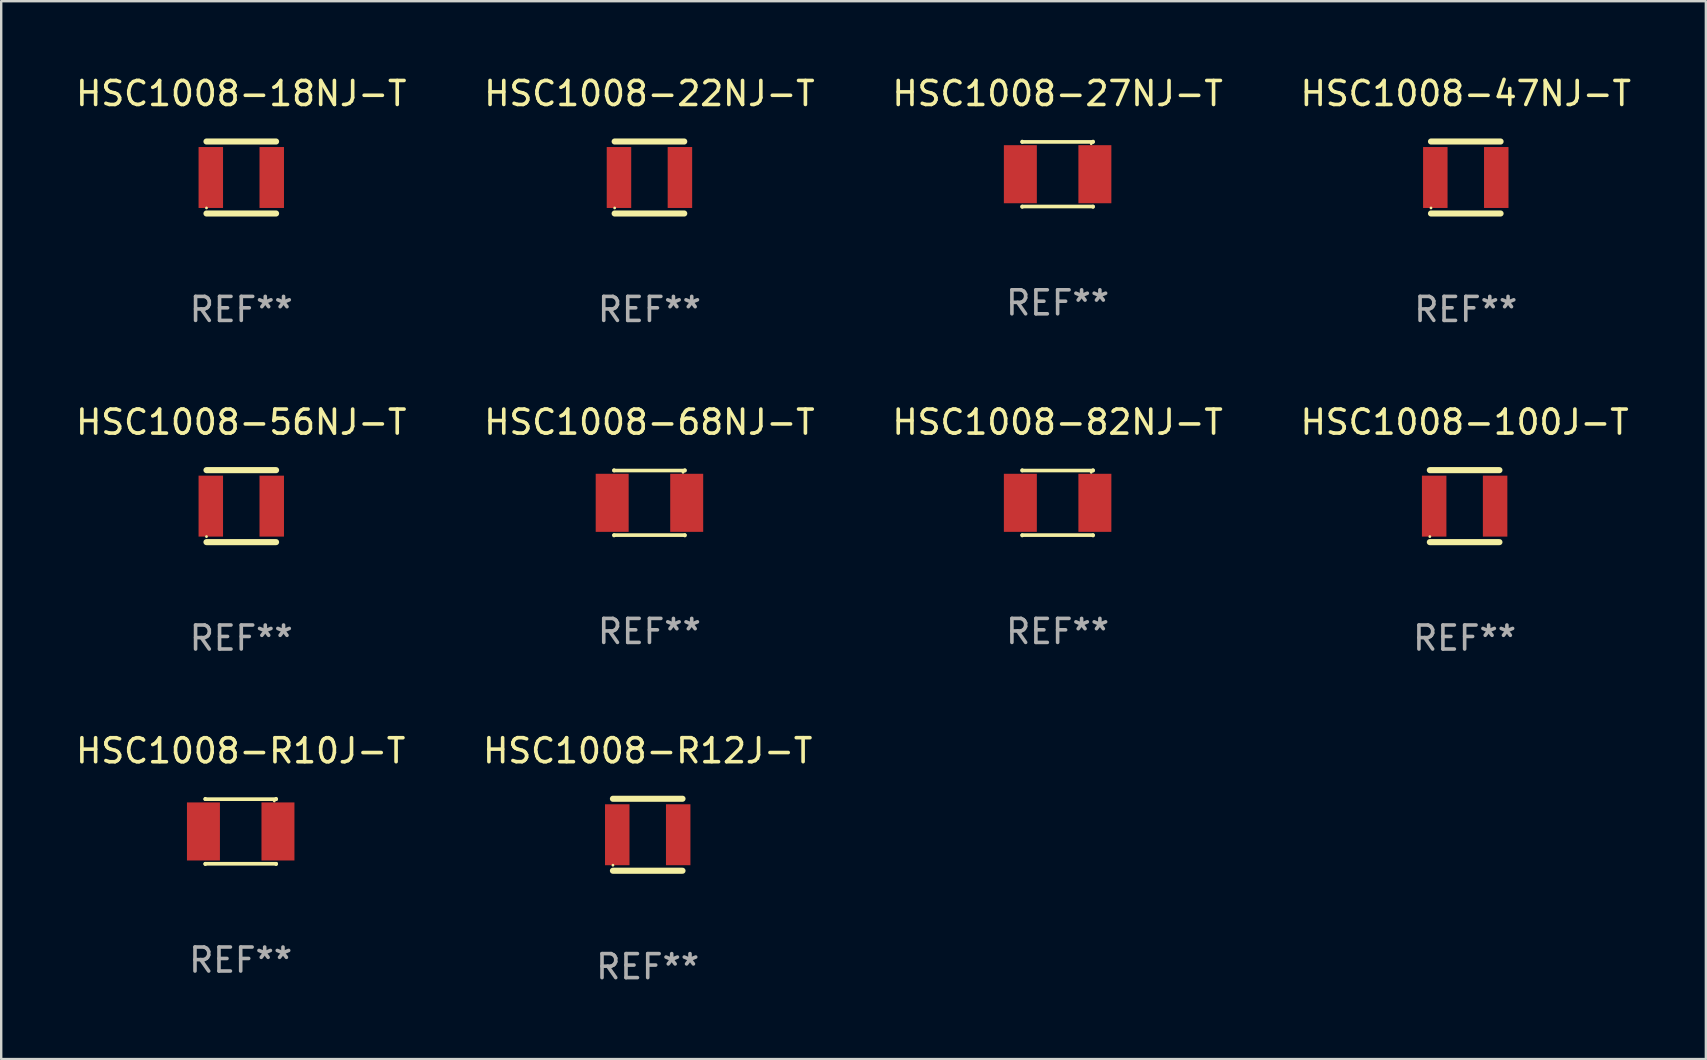
<source format=kicad_pcb>
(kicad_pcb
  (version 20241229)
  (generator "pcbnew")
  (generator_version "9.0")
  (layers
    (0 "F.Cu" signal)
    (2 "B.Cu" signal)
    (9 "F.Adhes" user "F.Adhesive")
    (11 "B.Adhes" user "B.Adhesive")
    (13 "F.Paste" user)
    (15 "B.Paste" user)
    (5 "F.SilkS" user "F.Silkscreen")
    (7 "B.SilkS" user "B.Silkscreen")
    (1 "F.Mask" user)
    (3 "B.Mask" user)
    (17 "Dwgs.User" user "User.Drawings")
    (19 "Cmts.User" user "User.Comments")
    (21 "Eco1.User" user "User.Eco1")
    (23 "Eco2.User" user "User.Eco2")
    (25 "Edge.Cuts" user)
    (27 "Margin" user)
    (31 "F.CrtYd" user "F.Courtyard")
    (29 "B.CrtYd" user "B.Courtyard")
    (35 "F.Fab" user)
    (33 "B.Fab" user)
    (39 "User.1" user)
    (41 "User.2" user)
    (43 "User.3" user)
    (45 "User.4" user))
  (footprint "HSC1008-27NJ-T"
    (layer "F.Cu")
    (at 41.03 4.211)
    (property "Reference" "HSC1008-27NJ-T" (at 0 -3.362 0) (layer "F.SilkS") (effects (font (size 1 1) (thickness 0.15))))
    (attr through_hole)
    (fp_line (start -1.476 -1.362) (end -1.476 -1.346) (stroke (width 0.152) (type solid)) (layer "F.SilkS"))
    (fp_line (start -1.476 -1.346) (end 1.476 -1.346) (stroke (width 0.152) (type solid)) (layer "F.SilkS"))
    (fp_line (start -1.476 1.346) (end 1.476 1.346) (stroke (width 0.152) (type solid)) (layer "F.SilkS"))
    (fp_line (start -1.476 1.362) (end -1.476 1.346) (stroke (width 0.152) (type solid)) (layer "F.SilkS"))
    (fp_line (start 1.476 -1.346) (end 1.476 -1.362) (stroke (width 0.152) (type solid)) (layer "F.SilkS"))
    (fp_line (start 1.476 1.346) (end 1.476 1.362) (stroke (width 0.152) (type solid)) (layer "F.SilkS"))
    (fp_circle (center 1.4 -1.27) (end 1.43 -1.27) (stroke (width 0.06) (type solid)) (fill no) (layer "F.SilkS"))
    (fp_text user "REF**" (at 0 5.362 0) (layer "F.Fab") (effects (font (size 1 1) (thickness 0.15))))
    (pad "1" smd rect (at 1.553 0) (size 1.374 2.42) (layers "F.Cu" "F.Mask" "F.Paste"))
    (pad "2" smd rect (at -1.553 0) (size 1.374 2.42) (layers "F.Cu" "F.Mask" "F.Paste")))
  (footprint "HSC1008-22NJ-T"
    (layer "F.Cu")
    (at 24.018 4.348)
    (property "Reference" "HSC1008-22NJ-T" (at 0 -3.5 0) (layer "F.SilkS") (effects (font (size 1 1) (thickness 0.15))))
    (attr through_hole)
    (fp_line (start -1.45 -1.5) (end 1.45 -1.5) (stroke (width 0.254) (type solid)) (layer "F.SilkS"))
    (fp_line (start -1.45 1.5) (end 1.45 1.5) (stroke (width 0.254) (type solid)) (layer "F.SilkS"))
    (fp_circle (center -1.45 1.27) (end -1.42 1.27) (stroke (width 0.06) (type solid)) (fill no) (layer "F.SilkS"))
    (fp_text user "REF**" (at 0 5.5 0) (layer "F.Fab") (effects (font (size 1 1) (thickness 0.15))))
    (pad "1" smd rect (at -1.27 0 90) (size 2.54 1.02) (layers "F.Cu" "F.Mask" "F.Paste"))
    (pad "2" smd rect (at 1.27 0 90) (size 2.54 1.02) (layers "F.Cu" "F.Mask" "F.Paste")))
  (footprint "HSC1008-18NJ-T"
    (layer "F.Cu")
    (at 7.006 4.348)
    (property "Reference" "HSC1008-18NJ-T" (at 0 -3.5 0) (layer "F.SilkS") (effects (font (size 1 1) (thickness 0.15))))
    (attr through_hole)
    (fp_line (start -1.45 -1.5) (end 1.45 -1.5) (stroke (width 0.254) (type solid)) (layer "F.SilkS"))
    (fp_line (start -1.45 1.5) (end 1.45 1.5) (stroke (width 0.254) (type solid)) (layer "F.SilkS"))
    (fp_circle (center -1.45 1.27) (end -1.42 1.27) (stroke (width 0.06) (type solid)) (fill no) (layer "F.SilkS"))
    (fp_text user "REF**" (at 0 5.5 0) (layer "F.Fab") (effects (font (size 1 1) (thickness 0.15))))
    (pad "1" smd rect (at -1.27 0 90) (size 2.54 1.02) (layers "F.Cu" "F.Mask" "F.Paste"))
    (pad "2" smd rect (at 1.27 0 90) (size 2.54 1.02) (layers "F.Cu" "F.Mask" "F.Paste")))
  (footprint "HSC1008-R10J-T"
    (layer "F.Cu")
    (at 6.982 31.604)
    (property "Reference" "HSC1008-R10J-T" (at 0 -3.362 0) (layer "F.SilkS") (effects (font (size 1 1) (thickness 0.15))))
    (attr through_hole)
    (fp_line (start -1.476 -1.362) (end -1.476 -1.346) (stroke (width 0.152) (type solid)) (layer "F.SilkS"))
    (fp_line (start -1.476 -1.346) (end 1.476 -1.346) (stroke (width 0.152) (type solid)) (layer "F.SilkS"))
    (fp_line (start -1.476 1.346) (end 1.476 1.346) (stroke (width 0.152) (type solid)) (layer "F.SilkS"))
    (fp_line (start -1.476 1.362) (end -1.476 1.346) (stroke (width 0.152) (type solid)) (layer "F.SilkS"))
    (fp_line (start 1.476 -1.346) (end 1.476 -1.362) (stroke (width 0.152) (type solid)) (layer "F.SilkS"))
    (fp_line (start 1.476 1.346) (end 1.476 1.362) (stroke (width 0.152) (type solid)) (layer "F.SilkS"))
    (fp_circle (center 1.4 -1.27) (end 1.43 -1.27) (stroke (width 0.06) (type solid)) (fill no) (layer "F.SilkS"))
    (fp_text user "REF**" (at 0 5.362 0) (layer "F.Fab") (effects (font (size 1 1) (thickness 0.15))))
    (pad "1" smd rect (at 1.553 0) (size 1.374 2.42) (layers "F.Cu" "F.Mask" "F.Paste"))
    (pad "2" smd rect (at -1.553 0) (size 1.374 2.42) (layers "F.Cu" "F.Mask" "F.Paste")))
  (footprint "HSC1008-47NJ-T"
    (layer "F.Cu")
    (at 58.042 4.348)
    (property "Reference" "HSC1008-47NJ-T" (at 0 -3.5 0) (layer "F.SilkS") (effects (font (size 1 1) (thickness 0.15))))
    (attr through_hole)
    (fp_line (start -1.45 -1.5) (end 1.45 -1.5) (stroke (width 0.254) (type solid)) (layer "F.SilkS"))
    (fp_line (start -1.45 1.5) (end 1.45 1.5) (stroke (width 0.254) (type solid)) (layer "F.SilkS"))
    (fp_circle (center -1.45 1.27) (end -1.42 1.27) (stroke (width 0.06) (type solid)) (fill no) (layer "F.SilkS"))
    (fp_text user "REF**" (at 0 5.5 0) (layer "F.Fab") (effects (font (size 1 1) (thickness 0.15))))
    (pad "1" smd rect (at -1.27 0 90) (size 2.54 1.02) (layers "F.Cu" "F.Mask" "F.Paste"))
    (pad "2" smd rect (at 1.27 0 90) (size 2.54 1.02) (layers "F.Cu" "F.Mask" "F.Paste")))
  (footprint "HSC1008-100J-T"
    (layer "F.Cu")
    (at 57.994 18.045)
    (property "Reference" "HSC1008-100J-T" (at 0 -3.5 0) (layer "F.SilkS") (effects (font (size 1 1) (thickness 0.15))))
    (attr through_hole)
    (fp_line (start -1.45 -1.5) (end 1.45 -1.5) (stroke (width 0.254) (type solid)) (layer "F.SilkS"))
    (fp_line (start -1.45 1.5) (end 1.45 1.5) (stroke (width 0.254) (type solid)) (layer "F.SilkS"))
    (fp_circle (center -1.45 1.27) (end -1.42 1.27) (stroke (width 0.06) (type solid)) (fill no) (layer "F.SilkS"))
    (fp_text user "REF**" (at 0 5.5 0) (layer "F.Fab") (effects (font (size 1 1) (thickness 0.15))))
    (pad "1" smd rect (at -1.27 0 90) (size 2.54 1.02) (layers "F.Cu" "F.Mask" "F.Paste"))
    (pad "2" smd rect (at 1.27 0 90) (size 2.54 1.02) (layers "F.Cu" "F.Mask" "F.Paste")))
  (footprint "HSC1008-68NJ-T"
    (layer "F.Cu")
    (at 24.018 17.907)
    (property "Reference" "HSC1008-68NJ-T" (at 0 -3.362 0) (layer "F.SilkS") (effects (font (size 1 1) (thickness 0.15))))
    (attr through_hole)
    (fp_line (start -1.476 -1.362) (end -1.476 -1.346) (stroke (width 0.152) (type solid)) (layer "F.SilkS"))
    (fp_line (start -1.476 -1.346) (end 1.476 -1.346) (stroke (width 0.152) (type solid)) (layer "F.SilkS"))
    (fp_line (start -1.476 1.346) (end 1.476 1.346) (stroke (width 0.152) (type solid)) (layer "F.SilkS"))
    (fp_line (start -1.476 1.362) (end -1.476 1.346) (stroke (width 0.152) (type solid)) (layer "F.SilkS"))
    (fp_line (start 1.476 -1.346) (end 1.476 -1.362) (stroke (width 0.152) (type solid)) (layer "F.SilkS"))
    (fp_line (start 1.476 1.346) (end 1.476 1.362) (stroke (width 0.152) (type solid)) (layer "F.SilkS"))
    (fp_circle (center 1.4 -1.27) (end 1.43 -1.27) (stroke (width 0.06) (type solid)) (fill no) (layer "F.SilkS"))
    (fp_text user "REF**" (at 0 5.362 0) (layer "F.Fab") (effects (font (size 1 1) (thickness 0.15))))
    (pad "1" smd rect (at 1.553 0) (size 1.374 2.42) (layers "F.Cu" "F.Mask" "F.Paste"))
    (pad "2" smd rect (at -1.553 0) (size 1.374 2.42) (layers "F.Cu" "F.Mask" "F.Paste")))
  (footprint "HSC1008-82NJ-T"
    (layer "F.Cu")
    (at 41.03 17.907)
    (property "Reference" "HSC1008-82NJ-T" (at 0 -3.362 0) (layer "F.SilkS") (effects (font (size 1 1) (thickness 0.15))))
    (attr through_hole)
    (fp_line (start -1.476 -1.362) (end -1.476 -1.346) (stroke (width 0.152) (type solid)) (layer "F.SilkS"))
    (fp_line (start -1.476 -1.346) (end 1.476 -1.346) (stroke (width 0.152) (type solid)) (layer "F.SilkS"))
    (fp_line (start -1.476 1.346) (end 1.476 1.346) (stroke (width 0.152) (type solid)) (layer "F.SilkS"))
    (fp_line (start -1.476 1.362) (end -1.476 1.346) (stroke (width 0.152) (type solid)) (layer "F.SilkS"))
    (fp_line (start 1.476 -1.346) (end 1.476 -1.362) (stroke (width 0.152) (type solid)) (layer "F.SilkS"))
    (fp_line (start 1.476 1.346) (end 1.476 1.362) (stroke (width 0.152) (type solid)) (layer "F.SilkS"))
    (fp_circle (center 1.4 -1.27) (end 1.43 -1.27) (stroke (width 0.06) (type solid)) (fill no) (layer "F.SilkS"))
    (fp_text user "REF**" (at 0 5.362 0) (layer "F.Fab") (effects (font (size 1 1) (thickness 0.15))))
    (pad "1" smd rect (at 1.553 0) (size 1.374 2.42) (layers "F.Cu" "F.Mask" "F.Paste"))
    (pad "2" smd rect (at -1.553 0) (size 1.374 2.42) (layers "F.Cu" "F.Mask" "F.Paste")))
  (footprint "HSC1008-56NJ-T"
    (layer "F.Cu")
    (at 7.006 18.045)
    (property "Reference" "HSC1008-56NJ-T" (at 0 -3.5 0) (layer "F.SilkS") (effects (font (size 1 1) (thickness 0.15))))
    (attr through_hole)
    (fp_line (start -1.45 -1.5) (end 1.45 -1.5) (stroke (width 0.254) (type solid)) (layer "F.SilkS"))
    (fp_line (start -1.45 1.5) (end 1.45 1.5) (stroke (width 0.254) (type solid)) (layer "F.SilkS"))
    (fp_circle (center -1.45 1.27) (end -1.42 1.27) (stroke (width 0.06) (type solid)) (fill no) (layer "F.SilkS"))
    (fp_text user "REF**" (at 0 5.5 0) (layer "F.Fab") (effects (font (size 1 1) (thickness 0.15))))
    (pad "1" smd rect (at -1.27 0 90) (size 2.54 1.02) (layers "F.Cu" "F.Mask" "F.Paste"))
    (pad "2" smd rect (at 1.27 0 90) (size 2.54 1.02) (layers "F.Cu" "F.Mask" "F.Paste")))
  (footprint "HSC1008-R12J-T"
    (layer "F.Cu")
    (at 23.946 31.741)
    (property "Reference" "HSC1008-R12J-T" (at 0 -3.5 0) (layer "F.SilkS") (effects (font (size 1 1) (thickness 0.15))))
    (attr through_hole)
    (fp_line (start -1.45 -1.5) (end 1.45 -1.5) (stroke (width 0.254) (type solid)) (layer "F.SilkS"))
    (fp_line (start -1.45 1.5) (end 1.45 1.5) (stroke (width 0.254) (type solid)) (layer "F.SilkS"))
    (fp_circle (center -1.45 1.27) (end -1.42 1.27) (stroke (width 0.06) (type solid)) (fill no) (layer "F.SilkS"))
    (fp_text user "REF**" (at 0 5.5 0) (layer "F.Fab") (effects (font (size 1 1) (thickness 0.15))))
    (pad "1" smd rect (at -1.27 0 90) (size 2.54 1.02) (layers "F.Cu" "F.Mask" "F.Paste"))
    (pad "2" smd rect (at 1.27 0 90) (size 2.54 1.02) (layers "F.Cu" "F.Mask" "F.Paste")))
  (gr_rect
    (start -3 -3)
    (end 68.048 41.09)
    (stroke (width 0.1) (type default))
    (fill no)
    (layer "Edge.Cuts")))
</source>
